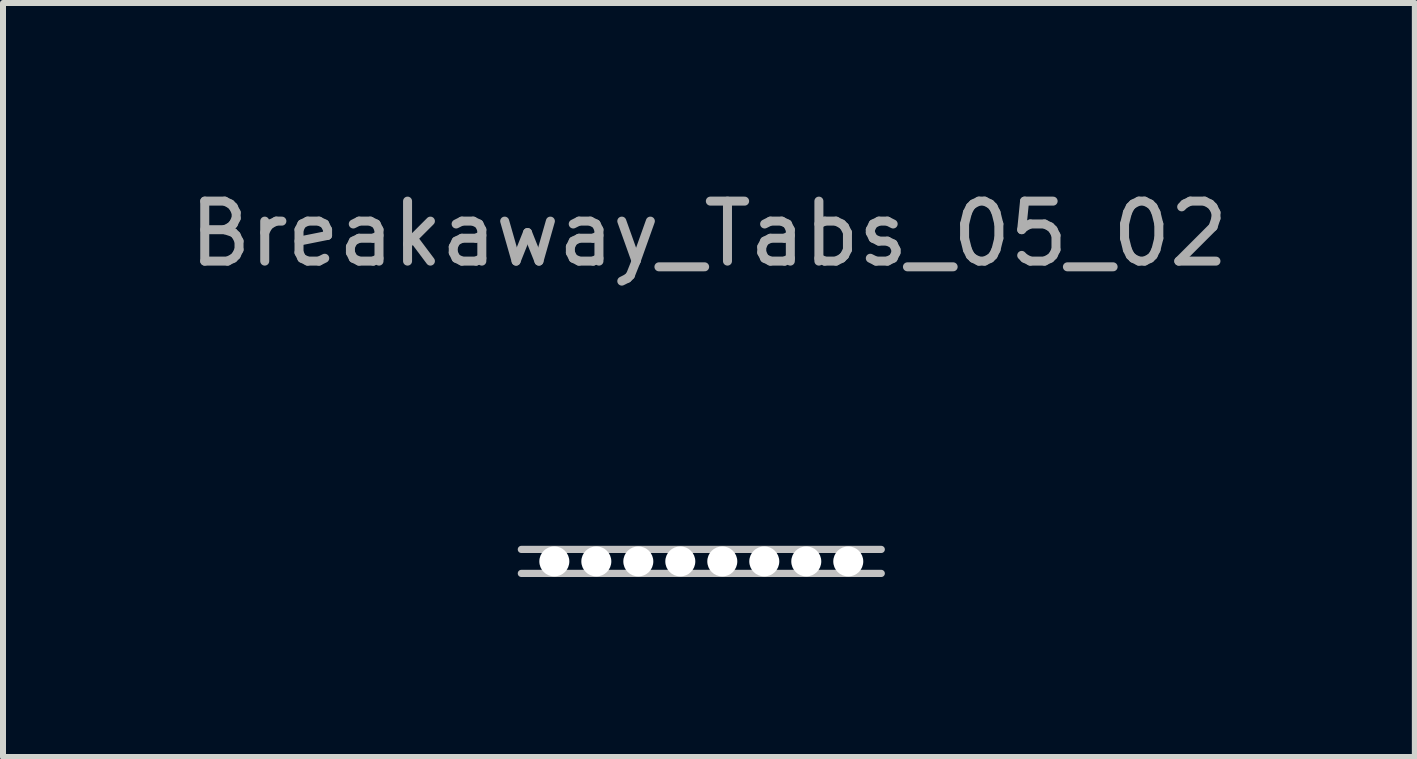
<source format=kicad_pcb>
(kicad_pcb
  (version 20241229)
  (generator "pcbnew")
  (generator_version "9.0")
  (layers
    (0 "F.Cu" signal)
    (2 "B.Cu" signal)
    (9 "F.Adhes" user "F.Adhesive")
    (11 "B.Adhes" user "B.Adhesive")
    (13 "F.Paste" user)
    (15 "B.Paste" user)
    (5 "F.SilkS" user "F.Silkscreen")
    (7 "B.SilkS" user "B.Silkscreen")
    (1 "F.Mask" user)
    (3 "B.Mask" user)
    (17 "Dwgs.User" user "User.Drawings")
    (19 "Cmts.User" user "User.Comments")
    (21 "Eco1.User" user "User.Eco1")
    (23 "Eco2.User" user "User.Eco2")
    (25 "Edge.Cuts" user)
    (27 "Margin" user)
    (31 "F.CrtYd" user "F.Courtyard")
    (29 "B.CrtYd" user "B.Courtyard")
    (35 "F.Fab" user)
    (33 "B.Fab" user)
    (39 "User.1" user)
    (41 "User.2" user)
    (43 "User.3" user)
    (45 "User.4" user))
  (footprint "Breakaway_Tabs_05_02"
    (layer "F.Cu")
    (at 8.641 6.309)
    (property "Reference" "Breakaway_Tabs_05_02" (at 0.127 -5.461 0) (layer "F.Fab") (effects (font (size 1 1) (thickness 0.15))))
    (attr through_hole)
    (fp_line (start -3 -0.2) (end 3 -0.2) (stroke (width 0.12) (type solid)) (layer "Dwgs.User"))
    (fp_line (start -3 0.2) (end 3 0.2) (stroke (width 0.12) (type solid)) (layer "Dwgs.User"))
    (pad "" np_thru_hole circle (at -2.45 0) (size 0.5 0.5) (drill 0.5) (layers "*.Cu" "*.Mask"))
    (pad "" np_thru_hole circle (at -1.75 0) (size 0.5 0.5) (drill 0.5) (layers "*.Cu" "*.Mask"))
    (pad "" np_thru_hole circle (at -1.05 0) (size 0.5 0.5) (drill 0.5) (layers "*.Cu" "*.Mask"))
    (pad "" np_thru_hole circle (at -0.35 0) (size 0.5 0.5) (drill 0.5) (layers "*.Cu" "*.Mask"))
    (pad "" np_thru_hole circle (at 0.35 0) (size 0.5 0.5) (drill 0.5) (layers "*.Cu" "*.Mask"))
    (pad "" np_thru_hole circle (at 1.05 0) (size 0.5 0.5) (drill 0.5) (layers "*.Cu" "*.Mask"))
    (pad "" np_thru_hole circle (at 1.75 0) (size 0.5 0.5) (drill 0.5) (layers "*.Cu" "*.Mask"))
    (pad "" np_thru_hole circle (at 2.45 0) (size 0.5 0.5) (drill 0.5) (layers "*.Cu" "*.Mask")))
  (gr_rect
    (start -3 -3)
    (end 20.536 9.569)
    (stroke (width 0.1) (type default))
    (fill no)
    (layer "Edge.Cuts")))
</source>
